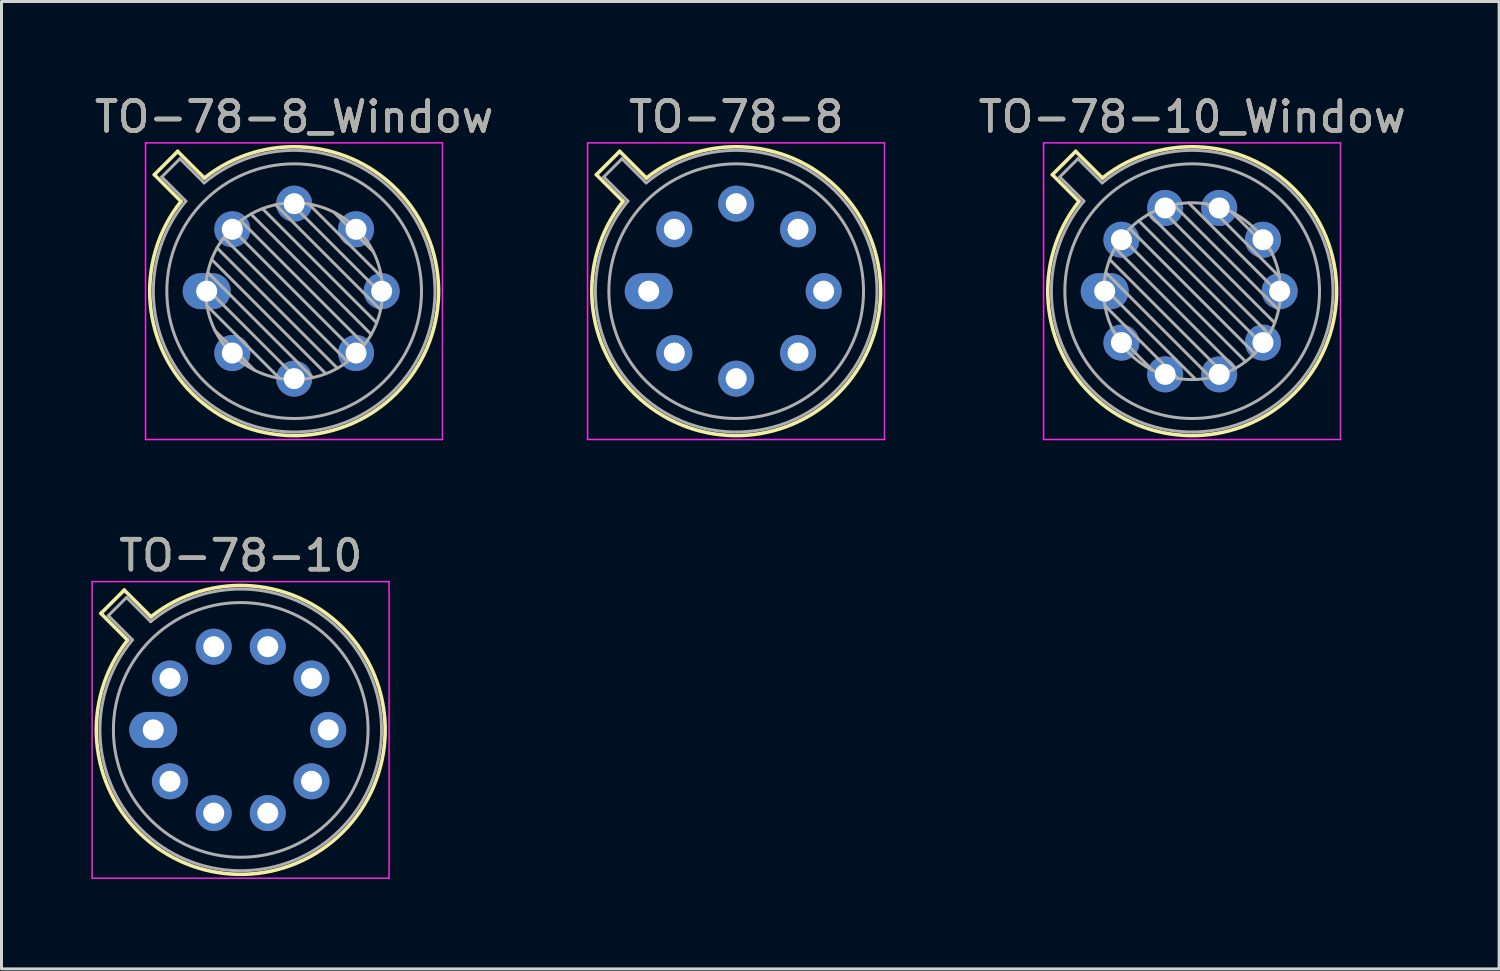
<source format=kicad_pcb>
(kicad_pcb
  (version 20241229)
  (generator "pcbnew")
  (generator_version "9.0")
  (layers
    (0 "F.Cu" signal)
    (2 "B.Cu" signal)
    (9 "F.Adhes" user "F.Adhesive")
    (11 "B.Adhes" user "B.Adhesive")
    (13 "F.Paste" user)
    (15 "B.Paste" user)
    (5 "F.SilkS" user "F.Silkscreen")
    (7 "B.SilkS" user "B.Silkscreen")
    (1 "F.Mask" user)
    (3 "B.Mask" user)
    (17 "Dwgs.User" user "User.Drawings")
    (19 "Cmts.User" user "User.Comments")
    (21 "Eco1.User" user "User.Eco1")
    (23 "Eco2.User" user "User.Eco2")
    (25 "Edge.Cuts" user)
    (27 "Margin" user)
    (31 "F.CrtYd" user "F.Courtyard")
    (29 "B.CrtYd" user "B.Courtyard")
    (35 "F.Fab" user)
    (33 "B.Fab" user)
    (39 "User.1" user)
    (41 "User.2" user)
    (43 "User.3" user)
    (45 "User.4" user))
  (footprint "TO-78-8_Window"
    (layer "F.Cu")
    (at 3.848 6.668)
    (property "Reference" "TO-78-8_Window" (at 2.92 -5.82 0) (layer "F.SilkS") (effects (font (size 1 1) (thickness 0.15))))
    (attr through_hole)
    (fp_line (start -1.746 -3.888) (end -0.855 -2.997) (stroke (width 0.12) (type solid)) (layer "F.SilkS"))
    (fp_line (start -0.968 -4.666) (end -1.746 -3.888) (stroke (width 0.12) (type solid)) (layer "F.SilkS"))
    (fp_line (start -0.077 -3.775) (end -0.968 -4.666) (stroke (width 0.12) (type solid)) (layer "F.SilkS"))
    (fp_arc (start -0.077084 -3.774902) (mid 6.328125 3.408384) (end -0.854674 -2.997371) (stroke (width 0.12) (type solid)) (layer "F.SilkS"))
    (fp_line (start -2.04 -4.95) (end -2.04 4.95) (stroke (width 0.05) (type solid)) (layer "F.CrtYd"))
    (fp_line (start -2.04 4.95) (end 7.87 4.95) (stroke (width 0.05) (type solid)) (layer "F.CrtYd"))
    (fp_line (start 7.87 -4.95) (end -2.04 -4.95) (stroke (width 0.05) (type solid)) (layer "F.CrtYd"))
    (fp_line (start 7.87 4.95) (end 7.87 -4.95) (stroke (width 0.05) (type solid)) (layer "F.CrtYd"))
    (fp_line (start -1.5 -3.812) (end -0.694 -3.005) (stroke (width 0.1) (type solid)) (layer "F.Fab"))
    (fp_line (start -0.892 -4.42) (end -1.5 -3.812) (stroke (width 0.1) (type solid)) (layer "F.Fab"))
    (fp_line (start -0.085 -3.614) (end -0.892 -4.42) (stroke (width 0.1) (type solid)) (layer "F.Fab"))
    (fp_line (start -0.028 -0.12) (end 3.04 2.948) (stroke (width 0.1) (type solid)) (layer "F.Fab"))
    (fp_line (start 0.009 0.485) (end 2.435 2.911) (stroke (width 0.1) (type solid)) (layer "F.Fab"))
    (fp_line (start 0.036 -0.622) (end 3.542 2.884) (stroke (width 0.1) (type solid)) (layer "F.Fab"))
    (fp_line (start 0.165 -1.058) (end 3.978 2.755) (stroke (width 0.1) (type solid)) (layer "F.Fab"))
    (fp_line (start 0.283 1.324) (end 1.596 2.637) (stroke (width 0.1) (type solid)) (layer "F.Fab"))
    (fp_line (start 0.346 -1.443) (end 4.363 2.574) (stroke (width 0.1) (type solid)) (layer "F.Fab"))
    (fp_line (start 0.57 -1.784) (end 4.704 2.35) (stroke (width 0.1) (type solid)) (layer "F.Fab"))
    (fp_line (start 0.834 -2.086) (end 5.006 2.086) (stroke (width 0.1) (type solid)) (layer "F.Fab"))
    (fp_line (start 1.136 -2.35) (end 5.27 1.784) (stroke (width 0.1) (type solid)) (layer "F.Fab"))
    (fp_line (start 1.477 -2.574) (end 5.494 1.443) (stroke (width 0.1) (type solid)) (layer "F.Fab"))
    (fp_line (start 1.862 -2.755) (end 5.675 1.058) (stroke (width 0.1) (type solid)) (layer "F.Fab"))
    (fp_line (start 2.298 -2.884) (end 5.804 0.622) (stroke (width 0.1) (type solid)) (layer "F.Fab"))
    (fp_line (start 2.8 -2.948) (end 5.868 0.12) (stroke (width 0.1) (type solid)) (layer "F.Fab"))
    (fp_line (start 3.405 -2.911) (end 5.831 -0.485) (stroke (width 0.1) (type solid)) (layer "F.Fab"))
    (fp_line (start 4.244 -2.637) (end 5.557 -1.324) (stroke (width 0.1) (type solid)) (layer "F.Fab"))
    (fp_arc (start -0.085408 -3.61352) (mid 6.243443 3.323361) (end -0.693594 -3.005319) (stroke (width 0.1) (type solid)) (layer "F.Fab"))
    (fp_circle (center 2.92 0) (end 5.87 0) (stroke (width 0.1) (type solid)) (fill no) (layer "F.Fab"))
    (fp_circle (center 2.92 0) (end 7.17 0) (stroke (width 0.1) (type solid)) (fill no) (layer "F.Fab"))
    (fp_text user "${REFERENCE}" (at 2.92 -5.82 0) (layer "F.Fab") (effects (font (size 1 1) (thickness 0.15))))
    (pad "1" thru_hole oval (at 0 0) (size 1.6 1.2) (drill 0.7) (layers "*.Cu" "*.Mask"))
    (pad "2" thru_hole oval (at 0.855 2.065) (size 1.2 1.2) (drill 0.7) (layers "*.Cu" "*.Mask"))
    (pad "3" thru_hole oval (at 2.92 2.92) (size 1.2 1.2) (drill 0.7) (layers "*.Cu" "*.Mask"))
    (pad "4" thru_hole oval (at 4.985 2.065) (size 1.2 1.2) (drill 0.7) (layers "*.Cu" "*.Mask"))
    (pad "5" thru_hole oval (at 5.84 0) (size 1.2 1.2) (drill 0.7) (layers "*.Cu" "*.Mask"))
    (pad "6" thru_hole oval (at 4.985 -2.065) (size 1.2 1.2) (drill 0.7) (layers "*.Cu" "*.Mask"))
    (pad "7" thru_hole oval (at 2.92 -2.92) (size 1.2 1.2) (drill 0.7) (layers "*.Cu" "*.Mask"))
    (pad "8" thru_hole oval (at 0.855 -2.065) (size 1.2 1.2) (drill 0.7) (layers "*.Cu" "*.Mask")))
  (footprint "TO-78-10"
    (layer "F.Cu")
    (at 2.065 21.311)
    (property "Reference" "TO-78-10" (at 2.92 -5.82 0) (layer "F.SilkS") (effects (font (size 1 1) (thickness 0.15))))
    (attr through_hole)
    (fp_line (start -1.746 -3.888) (end -0.855 -2.997) (stroke (width 0.12) (type solid)) (layer "F.SilkS"))
    (fp_line (start -0.968 -4.666) (end -1.746 -3.888) (stroke (width 0.12) (type solid)) (layer "F.SilkS"))
    (fp_line (start -0.077 -3.775) (end -0.968 -4.666) (stroke (width 0.12) (type solid)) (layer "F.SilkS"))
    (fp_arc (start -0.077084 -3.774902) (mid 6.328125 3.408384) (end -0.854674 -2.997371) (stroke (width 0.12) (type solid)) (layer "F.SilkS"))
    (fp_line (start -2.04 -4.95) (end -2.04 4.95) (stroke (width 0.05) (type solid)) (layer "F.CrtYd"))
    (fp_line (start -2.04 4.95) (end 7.87 4.95) (stroke (width 0.05) (type solid)) (layer "F.CrtYd"))
    (fp_line (start 7.87 -4.95) (end -2.04 -4.95) (stroke (width 0.05) (type solid)) (layer "F.CrtYd"))
    (fp_line (start 7.87 4.95) (end 7.87 -4.95) (stroke (width 0.05) (type solid)) (layer "F.CrtYd"))
    (fp_line (start -1.5 -3.812) (end -0.694 -3.005) (stroke (width 0.1) (type solid)) (layer "F.Fab"))
    (fp_line (start -0.892 -4.42) (end -1.5 -3.812) (stroke (width 0.1) (type solid)) (layer "F.Fab"))
    (fp_line (start -0.085 -3.614) (end -0.892 -4.42) (stroke (width 0.1) (type solid)) (layer "F.Fab"))
    (fp_arc (start -0.085408 -3.61352) (mid 6.243443 3.323361) (end -0.693594 -3.005319) (stroke (width 0.1) (type solid)) (layer "F.Fab"))
    (fp_circle (center 2.92 0) (end 7.17 0) (stroke (width 0.1) (type solid)) (fill no) (layer "F.Fab"))
    (fp_text user "${REFERENCE}" (at 2.92 -5.82 0) (layer "F.Fab") (effects (font (size 1 1) (thickness 0.15))))
    (pad "1" thru_hole oval (at 0 0) (size 1.6 1.2) (drill 0.7) (layers "*.Cu" "*.Mask"))
    (pad "2" thru_hole oval (at 0.558 1.716) (size 1.2 1.2) (drill 0.7) (layers "*.Cu" "*.Mask"))
    (pad "3" thru_hole oval (at 2.018 2.777) (size 1.2 1.2) (drill 0.7) (layers "*.Cu" "*.Mask"))
    (pad "4" thru_hole oval (at 3.822 2.777) (size 1.2 1.2) (drill 0.7) (layers "*.Cu" "*.Mask"))
    (pad "5" thru_hole oval (at 5.282 1.716) (size 1.2 1.2) (drill 0.7) (layers "*.Cu" "*.Mask"))
    (pad "6" thru_hole oval (at 5.84 0) (size 1.2 1.2) (drill 0.7) (layers "*.Cu" "*.Mask"))
    (pad "7" thru_hole oval (at 5.282 -1.716) (size 1.2 1.2) (drill 0.7) (layers "*.Cu" "*.Mask"))
    (pad "8" thru_hole oval (at 3.822 -2.777) (size 1.2 1.2) (drill 0.7) (layers "*.Cu" "*.Mask"))
    (pad "9" thru_hole oval (at 2.018 -2.777) (size 1.2 1.2) (drill 0.7) (layers "*.Cu" "*.Mask"))
    (pad "10" thru_hole oval (at 0.558 -1.716) (size 1.2 1.2) (drill 0.7) (layers "*.Cu" "*.Mask")))
  (footprint "TO-78-8"
    (layer "F.Cu")
    (at 18.601 6.668)
    (property "Reference" "TO-78-8" (at 2.92 -5.82 0) (layer "F.SilkS") (effects (font (size 1 1) (thickness 0.15))))
    (attr through_hole)
    (fp_line (start -1.746 -3.888) (end -0.855 -2.997) (stroke (width 0.12) (type solid)) (layer "F.SilkS"))
    (fp_line (start -0.968 -4.666) (end -1.746 -3.888) (stroke (width 0.12) (type solid)) (layer "F.SilkS"))
    (fp_line (start -0.077 -3.775) (end -0.968 -4.666) (stroke (width 0.12) (type solid)) (layer "F.SilkS"))
    (fp_arc (start -0.077084 -3.774902) (mid 6.328125 3.408384) (end -0.854674 -2.997371) (stroke (width 0.12) (type solid)) (layer "F.SilkS"))
    (fp_line (start -2.04 -4.95) (end -2.04 4.95) (stroke (width 0.05) (type solid)) (layer "F.CrtYd"))
    (fp_line (start -2.04 4.95) (end 7.87 4.95) (stroke (width 0.05) (type solid)) (layer "F.CrtYd"))
    (fp_line (start 7.87 -4.95) (end -2.04 -4.95) (stroke (width 0.05) (type solid)) (layer "F.CrtYd"))
    (fp_line (start 7.87 4.95) (end 7.87 -4.95) (stroke (width 0.05) (type solid)) (layer "F.CrtYd"))
    (fp_line (start -1.5 -3.812) (end -0.694 -3.005) (stroke (width 0.1) (type solid)) (layer "F.Fab"))
    (fp_line (start -0.892 -4.42) (end -1.5 -3.812) (stroke (width 0.1) (type solid)) (layer "F.Fab"))
    (fp_line (start -0.085 -3.614) (end -0.892 -4.42) (stroke (width 0.1) (type solid)) (layer "F.Fab"))
    (fp_arc (start -0.085408 -3.61352) (mid 6.243443 3.323361) (end -0.693594 -3.005319) (stroke (width 0.1) (type solid)) (layer "F.Fab"))
    (fp_circle (center 2.92 0) (end 7.17 0) (stroke (width 0.1) (type solid)) (fill no) (layer "F.Fab"))
    (fp_text user "${REFERENCE}" (at 2.92 -5.82 0) (layer "F.Fab") (effects (font (size 1 1) (thickness 0.15))))
    (pad "1" thru_hole oval (at 0 0) (size 1.6 1.2) (drill 0.7) (layers "*.Cu" "*.Mask"))
    (pad "2" thru_hole oval (at 0.855 2.065) (size 1.2 1.2) (drill 0.7) (layers "*.Cu" "*.Mask"))
    (pad "3" thru_hole oval (at 2.92 2.92) (size 1.2 1.2) (drill 0.7) (layers "*.Cu" "*.Mask"))
    (pad "4" thru_hole oval (at 4.985 2.065) (size 1.2 1.2) (drill 0.7) (layers "*.Cu" "*.Mask"))
    (pad "5" thru_hole oval (at 5.84 0) (size 1.2 1.2) (drill 0.7) (layers "*.Cu" "*.Mask"))
    (pad "6" thru_hole oval (at 4.985 -2.065) (size 1.2 1.2) (drill 0.7) (layers "*.Cu" "*.Mask"))
    (pad "7" thru_hole oval (at 2.92 -2.92) (size 1.2 1.2) (drill 0.7) (layers "*.Cu" "*.Mask"))
    (pad "8" thru_hole oval (at 0.855 -2.065) (size 1.2 1.2) (drill 0.7) (layers "*.Cu" "*.Mask")))
  (footprint "TO-78-10_Window"
    (layer "F.Cu")
    (at 33.82 6.668)
    (property "Reference" "TO-78-10_Window" (at 2.92 -5.82 0) (layer "F.SilkS") (effects (font (size 1 1) (thickness 0.15))))
    (attr through_hole)
    (fp_line (start -1.746 -3.888) (end -0.855 -2.997) (stroke (width 0.12) (type solid)) (layer "F.SilkS"))
    (fp_line (start -0.968 -4.666) (end -1.746 -3.888) (stroke (width 0.12) (type solid)) (layer "F.SilkS"))
    (fp_line (start -0.077 -3.775) (end -0.968 -4.666) (stroke (width 0.12) (type solid)) (layer "F.SilkS"))
    (fp_arc (start -0.077084 -3.774902) (mid 6.328125 3.408384) (end -0.854674 -2.997371) (stroke (width 0.12) (type solid)) (layer "F.SilkS"))
    (fp_line (start -2.04 -4.95) (end -2.04 4.95) (stroke (width 0.05) (type solid)) (layer "F.CrtYd"))
    (fp_line (start -2.04 4.95) (end 7.87 4.95) (stroke (width 0.05) (type solid)) (layer "F.CrtYd"))
    (fp_line (start 7.87 -4.95) (end -2.04 -4.95) (stroke (width 0.05) (type solid)) (layer "F.CrtYd"))
    (fp_line (start 7.87 4.95) (end 7.87 -4.95) (stroke (width 0.05) (type solid)) (layer "F.CrtYd"))
    (fp_line (start -1.5 -3.812) (end -0.694 -3.005) (stroke (width 0.1) (type solid)) (layer "F.Fab"))
    (fp_line (start -0.892 -4.42) (end -1.5 -3.812) (stroke (width 0.1) (type solid)) (layer "F.Fab"))
    (fp_line (start -0.085 -3.614) (end -0.892 -4.42) (stroke (width 0.1) (type solid)) (layer "F.Fab"))
    (fp_line (start -0.028 -0.12) (end 3.04 2.948) (stroke (width 0.1) (type solid)) (layer "F.Fab"))
    (fp_line (start 0.009 0.485) (end 2.435 2.911) (stroke (width 0.1) (type solid)) (layer "F.Fab"))
    (fp_line (start 0.036 -0.622) (end 3.542 2.884) (stroke (width 0.1) (type solid)) (layer "F.Fab"))
    (fp_line (start 0.165 -1.058) (end 3.978 2.755) (stroke (width 0.1) (type solid)) (layer "F.Fab"))
    (fp_line (start 0.283 1.324) (end 1.596 2.637) (stroke (width 0.1) (type solid)) (layer "F.Fab"))
    (fp_line (start 0.346 -1.443) (end 4.363 2.574) (stroke (width 0.1) (type solid)) (layer "F.Fab"))
    (fp_line (start 0.57 -1.784) (end 4.704 2.35) (stroke (width 0.1) (type solid)) (layer "F.Fab"))
    (fp_line (start 0.834 -2.086) (end 5.006 2.086) (stroke (width 0.1) (type solid)) (layer "F.Fab"))
    (fp_line (start 1.136 -2.35) (end 5.27 1.784) (stroke (width 0.1) (type solid)) (layer "F.Fab"))
    (fp_line (start 1.477 -2.574) (end 5.494 1.443) (stroke (width 0.1) (type solid)) (layer "F.Fab"))
    (fp_line (start 1.862 -2.755) (end 5.675 1.058) (stroke (width 0.1) (type solid)) (layer "F.Fab"))
    (fp_line (start 2.298 -2.884) (end 5.804 0.622) (stroke (width 0.1) (type solid)) (layer "F.Fab"))
    (fp_line (start 2.8 -2.948) (end 5.868 0.12) (stroke (width 0.1) (type solid)) (layer "F.Fab"))
    (fp_line (start 3.405 -2.911) (end 5.831 -0.485) (stroke (width 0.1) (type solid)) (layer "F.Fab"))
    (fp_line (start 4.244 -2.637) (end 5.557 -1.324) (stroke (width 0.1) (type solid)) (layer "F.Fab"))
    (fp_arc (start -0.085408 -3.61352) (mid 6.243443 3.323361) (end -0.693594 -3.005319) (stroke (width 0.1) (type solid)) (layer "F.Fab"))
    (fp_circle (center 2.92 0) (end 5.87 0) (stroke (width 0.1) (type solid)) (fill no) (layer "F.Fab"))
    (fp_circle (center 2.92 0) (end 7.17 0) (stroke (width 0.1) (type solid)) (fill no) (layer "F.Fab"))
    (fp_text user "${REFERENCE}" (at 2.92 -5.82 0) (layer "F.Fab") (effects (font (size 1 1) (thickness 0.15))))
    (pad "1" thru_hole oval (at 0 0) (size 1.6 1.2) (drill 0.7) (layers "*.Cu" "*.Mask"))
    (pad "2" thru_hole oval (at 0.558 1.716) (size 1.2 1.2) (drill 0.7) (layers "*.Cu" "*.Mask"))
    (pad "3" thru_hole oval (at 2.018 2.777) (size 1.2 1.2) (drill 0.7) (layers "*.Cu" "*.Mask"))
    (pad "4" thru_hole oval (at 3.822 2.777) (size 1.2 1.2) (drill 0.7) (layers "*.Cu" "*.Mask"))
    (pad "5" thru_hole oval (at 5.282 1.716) (size 1.2 1.2) (drill 0.7) (layers "*.Cu" "*.Mask"))
    (pad "6" thru_hole oval (at 5.84 0) (size 1.2 1.2) (drill 0.7) (layers "*.Cu" "*.Mask"))
    (pad "7" thru_hole oval (at 5.282 -1.716) (size 1.2 1.2) (drill 0.7) (layers "*.Cu" "*.Mask"))
    (pad "8" thru_hole oval (at 3.822 -2.777) (size 1.2 1.2) (drill 0.7) (layers "*.Cu" "*.Mask"))
    (pad "9" thru_hole oval (at 2.018 -2.777) (size 1.2 1.2) (drill 0.7) (layers "*.Cu" "*.Mask"))
    (pad "10" thru_hole oval (at 0.558 -1.716) (size 1.2 1.2) (drill 0.7) (layers "*.Cu" "*.Mask")))
  (gr_rect
    (start -3 -3)
    (end 46.984 29.287)
    (stroke (width 0.1) (type default))
    (fill no)
    (layer "Edge.Cuts")))
</source>
